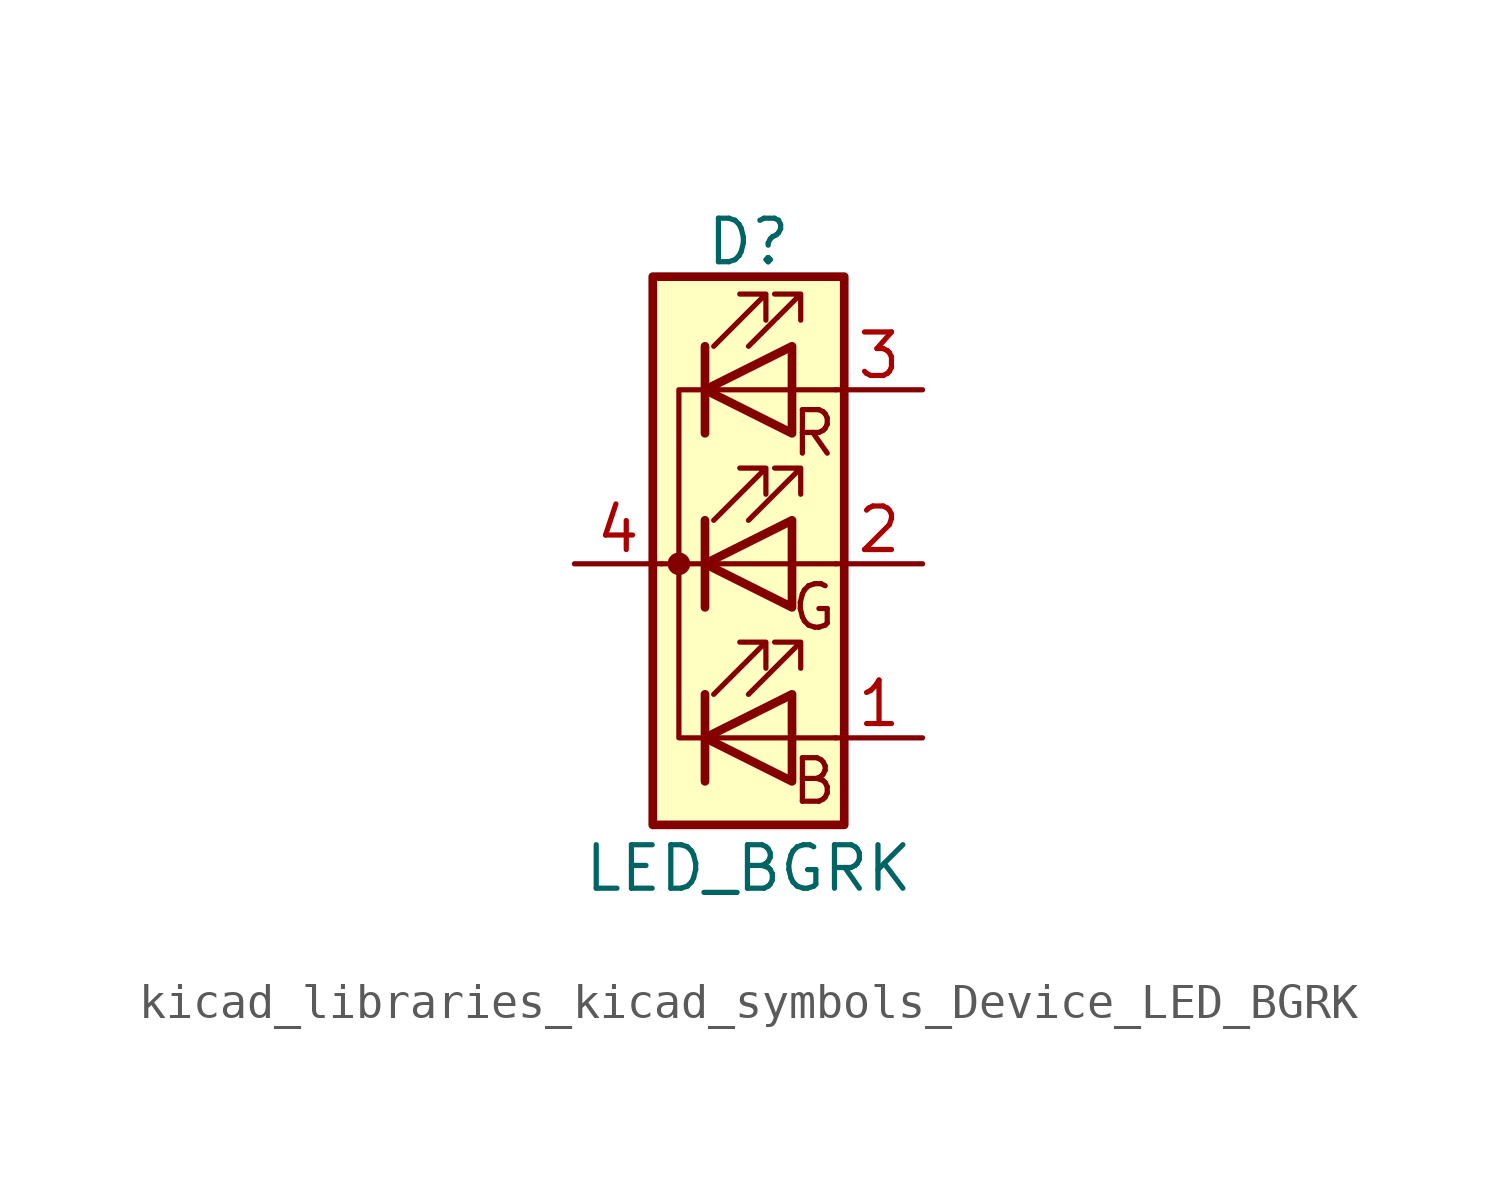
<source format=kicad_sym>
(kicad_symbol_lib
  (version 20220914)
  (generator kicad_symbol_editor)
  (symbol "kicad_libraries_kicad_symbols_Device_LED_BGRK"
    (pin_names
      (offset 0) hide)
    (property "Reference" "D"
      (at 0 9.398 0)
      (effects (font (size 1.27 1.27))))
    (property "Value" "LED_BGRK"
      (at 0 -8.89 0)
      (effects (font (size 1.27 1.27))))
    (symbol "kicad_libraries_kicad_symbols_Device_LED_BGRK_0_0"
      (text "B" (at 1.905 -6.35 0) (effects (font (size 1.27 1.27))))
      (text "G" (at 1.905 -1.27 0) (effects (font (size 1.27 1.27))))
      (text "R" (at 1.905 3.81 0) (effects (font (size 1.27 1.27)))))
    (symbol "kicad_libraries_kicad_symbols_Device_LED_BGRK_0_1"
      (circle (center -2.032 0) (radius 0.254) (stroke (width 0) (type default)) (fill (type outline)))
      (polyline (pts (xy -1.27 -5.08) (xy 1.27 -5.08)) (stroke (width 0) (type default)) (fill (type none)))
      (polyline (pts (xy -1.27 -3.81) (xy -1.27 -6.35)) (stroke (width 0.254) (type default)) (fill (type none)))
      (polyline (pts (xy -1.27 0) (xy -2.54 0)) (stroke (width 0) (type default)) (fill (type none)))
      (polyline (pts (xy -1.27 1.27) (xy -1.27 -1.27)) (stroke (width 0.254) (type default)) (fill (type none)))
      (polyline (pts (xy -1.27 5.08) (xy 1.27 5.08)) (stroke (width 0) (type default)) (fill (type none)))
      (polyline (pts (xy -1.27 6.35) (xy -1.27 3.81)) (stroke (width 0.254) (type default)) (fill (type none)))
      (polyline (pts (xy 1.27 -5.08) (xy 2.54 -5.08)) (stroke (width 0) (type default)) (fill (type none)))
      (polyline (pts (xy 1.27 0) (xy -1.27 0)) (stroke (width 0) (type default)) (fill (type none)))
      (polyline (pts (xy 1.27 0) (xy 2.54 0)) (stroke (width 0) (type default)) (fill (type none)))
      (polyline (pts (xy 1.27 5.08) (xy 2.54 5.08)) (stroke (width 0) (type default)) (fill (type none)))
      (polyline (pts (xy -1.27 1.27) (xy -1.27 -1.27) (xy -1.27 -1.27)) (stroke (width 0) (type default)) (fill (type none)))
      (polyline (pts (xy -1.27 6.35) (xy -1.27 3.81) (xy -1.27 3.81)) (stroke (width 0) (type default)) (fill (type none)))
      (polyline (pts (xy -1.27 5.08) (xy -2.032 5.08) (xy -2.032 -5.08) (xy -1.016 -5.08)) (stroke (width 0) (type default)) (fill (type none)))
      (polyline (pts (xy 1.27 -3.81) (xy 1.27 -6.35) (xy -1.27 -5.08) (xy 1.27 -3.81)) (stroke (width 0.254) (type default)) (fill (type none)))
      (polyline (pts (xy 1.27 1.27) (xy 1.27 -1.27) (xy -1.27 0) (xy 1.27 1.27)) (stroke (width 0.254) (type default)) (fill (type none)))
      (polyline (pts (xy 1.27 6.35) (xy 1.27 3.81) (xy -1.27 5.08) (xy 1.27 6.35)) (stroke (width 0.254) (type default)) (fill (type none)))
      (polyline (pts (xy -1.016 -3.81) (xy 0.508 -2.286) (xy -0.254 -2.286) (xy 0.508 -2.286) (xy 0.508 -3.048)) (stroke (width 0) (type default)) (fill (type none)))
      (polyline (pts (xy -1.016 1.27) (xy 0.508 2.794) (xy -0.254 2.794) (xy 0.508 2.794) (xy 0.508 2.032)) (stroke (width 0) (type default)) (fill (type none)))
      (polyline (pts (xy -1.016 6.35) (xy 0.508 7.874) (xy -0.254 7.874) (xy 0.508 7.874) (xy 0.508 7.112)) (stroke (width 0) (type default)) (fill (type none)))
      (polyline (pts (xy 0 -3.81) (xy 1.524 -2.286) (xy 0.762 -2.286) (xy 1.524 -2.286) (xy 1.524 -3.048)) (stroke (width 0) (type default)) (fill (type none)))
      (polyline (pts (xy 0 1.27) (xy 1.524 2.794) (xy 0.762 2.794) (xy 1.524 2.794) (xy 1.524 2.032)) (stroke (width 0) (type default)) (fill (type none)))
      (polyline (pts (xy 0 6.35) (xy 1.524 7.874) (xy 0.762 7.874) (xy 1.524 7.874) (xy 1.524 7.112)) (stroke (width 0) (type default)) (fill (type none)))
      (rectangle (start 1.27 -1.27) (end 1.27 1.27) (stroke (width 0) (type default)) (fill (type none)))
      (rectangle (start 1.27 1.27) (end 1.27 1.27) (stroke (width 0) (type default)) (fill (type none)))
      (rectangle (start 1.27 3.81) (end 1.27 6.35) (stroke (width 0) (type default)) (fill (type none)))
      (rectangle (start 1.27 6.35) (end 1.27 6.35) (stroke (width 0) (type default)) (fill (type none)))
      (rectangle (start 2.794 8.382) (end -2.794 -7.62) (stroke (width 0.254) (type default)) (fill (type background))))
    (symbol "kicad_libraries_kicad_symbols_Device_LED_BGRK_1_1"
      (pin passive line (at 5.08 -5.08 180) (length 2.54) (name "BA" (effects (font (size 1.27 1.27)))) (number "1" (effects (font (size 1.27 1.27)))))
      (pin passive line (at 5.08 0 180) (length 2.54) (name "GA" (effects (font (size 1.27 1.27)))) (number "2" (effects (font (size 1.27 1.27)))))
      (pin passive line (at 5.08 5.08 180) (length 2.54) (name "RA" (effects (font (size 1.27 1.27)))) (number "3" (effects (font (size 1.27 1.27)))))
      (pin passive line (at -5.08 0 0) (length 2.54) (name "K" (effects (font (size 1.27 1.27)))) (number "4" (effects (font (size 1.27 1.27))))))))
</source>
